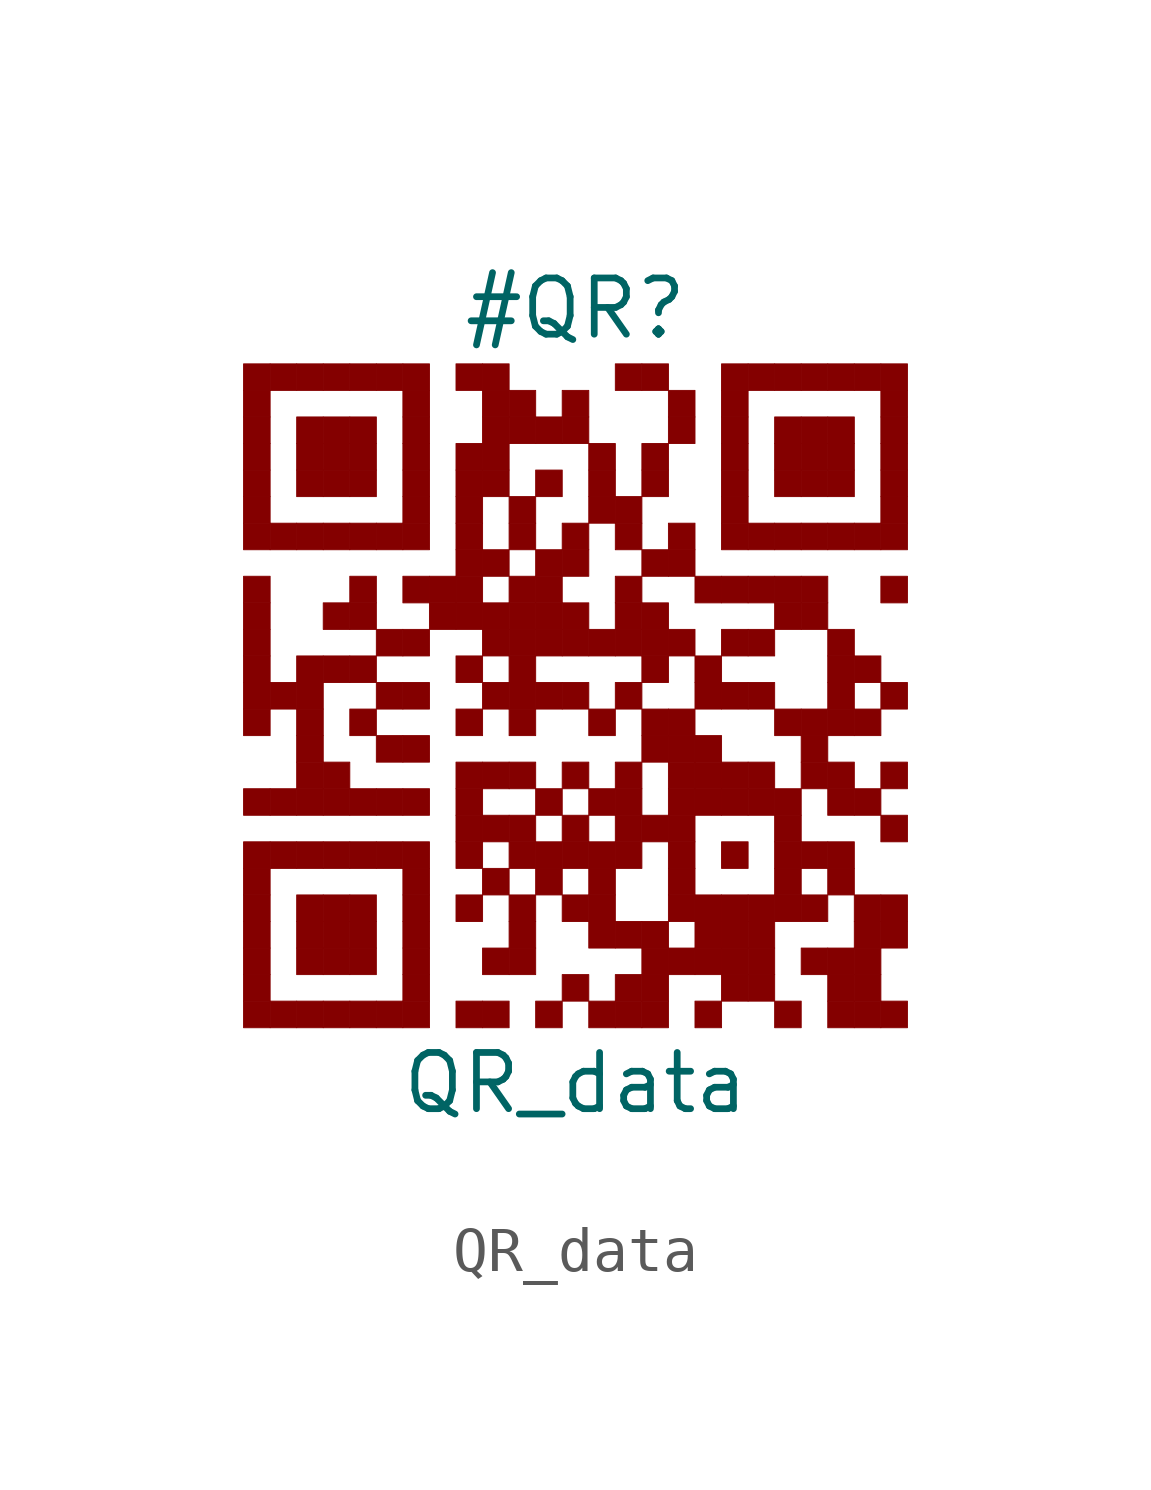
<source format=kicad_sym>
(kicad_symbol_lib
  (version 20211014)
  (generator kibot)
  (symbol "QR_data"
    (pin_numbers hide)
    (pin_names hide)
    (property "Reference" "#QR"
      (at 0 8.75 0)
      (effects (font (size 1.27 1.27))))
    (property "Value" "QR_data"
      (at 0 -8.75 0)
      (effects (font (size 1.27 1.27))))
    (rectangle
      (start -7.5 7.5)
      (end -6.9 6.9)
      (stroke (width 0.001) (type default))
      (fill (type outline)))
    (rectangle
      (start -6.9 7.5)
      (end -6.3 6.9)
      (stroke (width 0.001) (type default))
      (fill (type outline)))
    (rectangle
      (start -6.3 7.5)
      (end -5.7 6.9)
      (stroke (width 0.001) (type default))
      (fill (type outline)))
    (rectangle
      (start -5.7 7.5)
      (end -5.1 6.9)
      (stroke (width 0.001) (type default))
      (fill (type outline)))
    (rectangle
      (start -5.1 7.5)
      (end -4.5 6.9)
      (stroke (width 0.001) (type default))
      (fill (type outline)))
    (rectangle
      (start -4.5 7.5)
      (end -3.9 6.9)
      (stroke (width 0.001) (type default))
      (fill (type outline)))
    (rectangle
      (start -3.9 7.5)
      (end -3.3 6.9)
      (stroke (width 0.001) (type default))
      (fill (type outline)))
    (rectangle
      (start -2.7 7.5)
      (end -2.1 6.9)
      (stroke (width 0.001) (type default))
      (fill (type outline)))
    (rectangle
      (start -2.1 7.5)
      (end -1.5 6.9)
      (stroke (width 0.001) (type default))
      (fill (type outline)))
    (rectangle
      (start 0.9 7.5)
      (end 1.5 6.9)
      (stroke (width 0.001) (type default))
      (fill (type outline)))
    (rectangle
      (start 1.5 7.5)
      (end 2.1 6.9)
      (stroke (width 0.001) (type default))
      (fill (type outline)))
    (rectangle
      (start 3.3 7.5)
      (end 3.9 6.9)
      (stroke (width 0.001) (type default))
      (fill (type outline)))
    (rectangle
      (start 3.9 7.5)
      (end 4.5 6.9)
      (stroke (width 0.001) (type default))
      (fill (type outline)))
    (rectangle
      (start 4.5 7.5)
      (end 5.1 6.9)
      (stroke (width 0.001) (type default))
      (fill (type outline)))
    (rectangle
      (start 5.1 7.5)
      (end 5.7 6.9)
      (stroke (width 0.001) (type default))
      (fill (type outline)))
    (rectangle
      (start 5.7 7.5)
      (end 6.3 6.9)
      (stroke (width 0.001) (type default))
      (fill (type outline)))
    (rectangle
      (start 6.3 7.5)
      (end 6.9 6.9)
      (stroke (width 0.001) (type default))
      (fill (type outline)))
    (rectangle
      (start 6.9 7.5)
      (end 7.5 6.9)
      (stroke (width 0.001) (type default))
      (fill (type outline)))
    (rectangle
      (start -7.5 6.9)
      (end -6.9 6.3)
      (stroke (width 0.001) (type default))
      (fill (type outline)))
    (rectangle
      (start -3.9 6.9)
      (end -3.3 6.3)
      (stroke (width 0.001) (type default))
      (fill (type outline)))
    (rectangle
      (start -2.1 6.9)
      (end -1.5 6.3)
      (stroke (width 0.001) (type default))
      (fill (type outline)))
    (rectangle
      (start -1.5 6.9)
      (end -0.9 6.3)
      (stroke (width 0.001) (type default))
      (fill (type outline)))
    (rectangle
      (start -0.3 6.9)
      (end 0.3 6.3)
      (stroke (width 0.001) (type default))
      (fill (type outline)))
    (rectangle
      (start 2.1 6.9)
      (end 2.7 6.3)
      (stroke (width 0.001) (type default))
      (fill (type outline)))
    (rectangle
      (start 3.3 6.9)
      (end 3.9 6.3)
      (stroke (width 0.001) (type default))
      (fill (type outline)))
    (rectangle
      (start 6.9 6.9)
      (end 7.5 6.3)
      (stroke (width 0.001) (type default))
      (fill (type outline)))
    (rectangle
      (start -7.5 6.3)
      (end -6.9 5.7)
      (stroke (width 0.001) (type default))
      (fill (type outline)))
    (rectangle
      (start -6.3 6.3)
      (end -5.7 5.7)
      (stroke (width 0.001) (type default))
      (fill (type outline)))
    (rectangle
      (start -5.7 6.3)
      (end -5.1 5.7)
      (stroke (width 0.001) (type default))
      (fill (type outline)))
    (rectangle
      (start -5.1 6.3)
      (end -4.5 5.7)
      (stroke (width 0.001) (type default))
      (fill (type outline)))
    (rectangle
      (start -3.9 6.3)
      (end -3.3 5.7)
      (stroke (width 0.001) (type default))
      (fill (type outline)))
    (rectangle
      (start -2.1 6.3)
      (end -1.5 5.7)
      (stroke (width 0.001) (type default))
      (fill (type outline)))
    (rectangle
      (start -1.5 6.3)
      (end -0.9 5.7)
      (stroke (width 0.001) (type default))
      (fill (type outline)))
    (rectangle
      (start -0.9 6.3)
      (end -0.3 5.7)
      (stroke (width 0.001) (type default))
      (fill (type outline)))
    (rectangle
      (start -0.3 6.3)
      (end 0.3 5.7)
      (stroke (width 0.001) (type default))
      (fill (type outline)))
    (rectangle
      (start 2.1 6.3)
      (end 2.7 5.7)
      (stroke (width 0.001) (type default))
      (fill (type outline)))
    (rectangle
      (start 3.3 6.3)
      (end 3.9 5.7)
      (stroke (width 0.001) (type default))
      (fill (type outline)))
    (rectangle
      (start 4.5 6.3)
      (end 5.1 5.7)
      (stroke (width 0.001) (type default))
      (fill (type outline)))
    (rectangle
      (start 5.1 6.3)
      (end 5.7 5.7)
      (stroke (width 0.001) (type default))
      (fill (type outline)))
    (rectangle
      (start 5.7 6.3)
      (end 6.3 5.7)
      (stroke (width 0.001) (type default))
      (fill (type outline)))
    (rectangle
      (start 6.9 6.3)
      (end 7.5 5.7)
      (stroke (width 0.001) (type default))
      (fill (type outline)))
    (rectangle
      (start -7.5 5.7)
      (end -6.9 5.1)
      (stroke (width 0.001) (type default))
      (fill (type outline)))
    (rectangle
      (start -6.3 5.7)
      (end -5.7 5.1)
      (stroke (width 0.001) (type default))
      (fill (type outline)))
    (rectangle
      (start -5.7 5.7)
      (end -5.1 5.1)
      (stroke (width 0.001) (type default))
      (fill (type outline)))
    (rectangle
      (start -5.1 5.7)
      (end -4.5 5.1)
      (stroke (width 0.001) (type default))
      (fill (type outline)))
    (rectangle
      (start -3.9 5.7)
      (end -3.3 5.1)
      (stroke (width 0.001) (type default))
      (fill (type outline)))
    (rectangle
      (start -2.7 5.7)
      (end -2.1 5.1)
      (stroke (width 0.001) (type default))
      (fill (type outline)))
    (rectangle
      (start -2.1 5.7)
      (end -1.5 5.1)
      (stroke (width 0.001) (type default))
      (fill (type outline)))
    (rectangle
      (start 0.3 5.7)
      (end 0.9 5.1)
      (stroke (width 0.001) (type default))
      (fill (type outline)))
    (rectangle
      (start 1.5 5.7)
      (end 2.1 5.1)
      (stroke (width 0.001) (type default))
      (fill (type outline)))
    (rectangle
      (start 3.3 5.7)
      (end 3.9 5.1)
      (stroke (width 0.001) (type default))
      (fill (type outline)))
    (rectangle
      (start 4.5 5.7)
      (end 5.1 5.1)
      (stroke (width 0.001) (type default))
      (fill (type outline)))
    (rectangle
      (start 5.1 5.7)
      (end 5.7 5.1)
      (stroke (width 0.001) (type default))
      (fill (type outline)))
    (rectangle
      (start 5.7 5.7)
      (end 6.3 5.1)
      (stroke (width 0.001) (type default))
      (fill (type outline)))
    (rectangle
      (start 6.9 5.7)
      (end 7.5 5.1)
      (stroke (width 0.001) (type default))
      (fill (type outline)))
    (rectangle
      (start -7.5 5.1)
      (end -6.9 4.5)
      (stroke (width 0.001) (type default))
      (fill (type outline)))
    (rectangle
      (start -6.3 5.1)
      (end -5.7 4.5)
      (stroke (width 0.001) (type default))
      (fill (type outline)))
    (rectangle
      (start -5.7 5.1)
      (end -5.1 4.5)
      (stroke (width 0.001) (type default))
      (fill (type outline)))
    (rectangle
      (start -5.1 5.1)
      (end -4.5 4.5)
      (stroke (width 0.001) (type default))
      (fill (type outline)))
    (rectangle
      (start -3.9 5.1)
      (end -3.3 4.5)
      (stroke (width 0.001) (type default))
      (fill (type outline)))
    (rectangle
      (start -2.7 5.1)
      (end -2.1 4.5)
      (stroke (width 0.001) (type default))
      (fill (type outline)))
    (rectangle
      (start -2.1 5.1)
      (end -1.5 4.5)
      (stroke (width 0.001) (type default))
      (fill (type outline)))
    (rectangle
      (start -0.9 5.1)
      (end -0.3 4.5)
      (stroke (width 0.001) (type default))
      (fill (type outline)))
    (rectangle
      (start 0.3 5.1)
      (end 0.9 4.5)
      (stroke (width 0.001) (type default))
      (fill (type outline)))
    (rectangle
      (start 1.5 5.1)
      (end 2.1 4.5)
      (stroke (width 0.001) (type default))
      (fill (type outline)))
    (rectangle
      (start 3.3 5.1)
      (end 3.9 4.5)
      (stroke (width 0.001) (type default))
      (fill (type outline)))
    (rectangle
      (start 4.5 5.1)
      (end 5.1 4.5)
      (stroke (width 0.001) (type default))
      (fill (type outline)))
    (rectangle
      (start 5.1 5.1)
      (end 5.7 4.5)
      (stroke (width 0.001) (type default))
      (fill (type outline)))
    (rectangle
      (start 5.7 5.1)
      (end 6.3 4.5)
      (stroke (width 0.001) (type default))
      (fill (type outline)))
    (rectangle
      (start 6.9 5.1)
      (end 7.5 4.5)
      (stroke (width 0.001) (type default))
      (fill (type outline)))
    (rectangle
      (start -7.5 4.5)
      (end -6.9 3.9)
      (stroke (width 0.001) (type default))
      (fill (type outline)))
    (rectangle
      (start -3.9 4.5)
      (end -3.3 3.9)
      (stroke (width 0.001) (type default))
      (fill (type outline)))
    (rectangle
      (start -2.7 4.5)
      (end -2.1 3.9)
      (stroke (width 0.001) (type default))
      (fill (type outline)))
    (rectangle
      (start -1.5 4.5)
      (end -0.9 3.9)
      (stroke (width 0.001) (type default))
      (fill (type outline)))
    (rectangle
      (start 0.3 4.5)
      (end 0.9 3.9)
      (stroke (width 0.001) (type default))
      (fill (type outline)))
    (rectangle
      (start 0.9 4.5)
      (end 1.5 3.9)
      (stroke (width 0.001) (type default))
      (fill (type outline)))
    (rectangle
      (start 3.3 4.5)
      (end 3.9 3.9)
      (stroke (width 0.001) (type default))
      (fill (type outline)))
    (rectangle
      (start 6.9 4.5)
      (end 7.5 3.9)
      (stroke (width 0.001) (type default))
      (fill (type outline)))
    (rectangle
      (start -7.5 3.9)
      (end -6.9 3.3)
      (stroke (width 0.001) (type default))
      (fill (type outline)))
    (rectangle
      (start -6.9 3.9)
      (end -6.3 3.3)
      (stroke (width 0.001) (type default))
      (fill (type outline)))
    (rectangle
      (start -6.3 3.9)
      (end -5.7 3.3)
      (stroke (width 0.001) (type default))
      (fill (type outline)))
    (rectangle
      (start -5.7 3.9)
      (end -5.1 3.3)
      (stroke (width 0.001) (type default))
      (fill (type outline)))
    (rectangle
      (start -5.1 3.9)
      (end -4.5 3.3)
      (stroke (width 0.001) (type default))
      (fill (type outline)))
    (rectangle
      (start -4.5 3.9)
      (end -3.9 3.3)
      (stroke (width 0.001) (type default))
      (fill (type outline)))
    (rectangle
      (start -3.9 3.9)
      (end -3.3 3.3)
      (stroke (width 0.001) (type default))
      (fill (type outline)))
    (rectangle
      (start -2.7 3.9)
      (end -2.1 3.3)
      (stroke (width 0.001) (type default))
      (fill (type outline)))
    (rectangle
      (start -1.5 3.9)
      (end -0.9 3.3)
      (stroke (width 0.001) (type default))
      (fill (type outline)))
    (rectangle
      (start -0.3 3.9)
      (end 0.3 3.3)
      (stroke (width 0.001) (type default))
      (fill (type outline)))
    (rectangle
      (start 0.9 3.9)
      (end 1.5 3.3)
      (stroke (width 0.001) (type default))
      (fill (type outline)))
    (rectangle
      (start 2.1 3.9)
      (end 2.7 3.3)
      (stroke (width 0.001) (type default))
      (fill (type outline)))
    (rectangle
      (start 3.3 3.9)
      (end 3.9 3.3)
      (stroke (width 0.001) (type default))
      (fill (type outline)))
    (rectangle
      (start 3.9 3.9)
      (end 4.5 3.3)
      (stroke (width 0.001) (type default))
      (fill (type outline)))
    (rectangle
      (start 4.5 3.9)
      (end 5.1 3.3)
      (stroke (width 0.001) (type default))
      (fill (type outline)))
    (rectangle
      (start 5.1 3.9)
      (end 5.7 3.3)
      (stroke (width 0.001) (type default))
      (fill (type outline)))
    (rectangle
      (start 5.7 3.9)
      (end 6.3 3.3)
      (stroke (width 0.001) (type default))
      (fill (type outline)))
    (rectangle
      (start 6.3 3.9)
      (end 6.9 3.3)
      (stroke (width 0.001) (type default))
      (fill (type outline)))
    (rectangle
      (start 6.9 3.9)
      (end 7.5 3.3)
      (stroke (width 0.001) (type default))
      (fill (type outline)))
    (rectangle
      (start -2.7 3.3)
      (end -2.1 2.7)
      (stroke (width 0.001) (type default))
      (fill (type outline)))
    (rectangle
      (start -2.1 3.3)
      (end -1.5 2.7)
      (stroke (width 0.001) (type default))
      (fill (type outline)))
    (rectangle
      (start -0.9 3.3)
      (end -0.3 2.7)
      (stroke (width 0.001) (type default))
      (fill (type outline)))
    (rectangle
      (start -0.3 3.3)
      (end 0.3 2.7)
      (stroke (width 0.001) (type default))
      (fill (type outline)))
    (rectangle
      (start 1.5 3.3)
      (end 2.1 2.7)
      (stroke (width 0.001) (type default))
      (fill (type outline)))
    (rectangle
      (start 2.1 3.3)
      (end 2.7 2.7)
      (stroke (width 0.001) (type default))
      (fill (type outline)))
    (rectangle
      (start -7.5 2.7)
      (end -6.9 2.1)
      (stroke (width 0.001) (type default))
      (fill (type outline)))
    (rectangle
      (start -5.1 2.7)
      (end -4.5 2.1)
      (stroke (width 0.001) (type default))
      (fill (type outline)))
    (rectangle
      (start -3.9 2.7)
      (end -3.3 2.1)
      (stroke (width 0.001) (type default))
      (fill (type outline)))
    (rectangle
      (start -3.3 2.7)
      (end -2.7 2.1)
      (stroke (width 0.001) (type default))
      (fill (type outline)))
    (rectangle
      (start -2.7 2.7)
      (end -2.1 2.1)
      (stroke (width 0.001) (type default))
      (fill (type outline)))
    (rectangle
      (start -1.5 2.7)
      (end -0.9 2.1)
      (stroke (width 0.001) (type default))
      (fill (type outline)))
    (rectangle
      (start -0.9 2.7)
      (end -0.3 2.1)
      (stroke (width 0.001) (type default))
      (fill (type outline)))
    (rectangle
      (start 0.9 2.7)
      (end 1.5 2.1)
      (stroke (width 0.001) (type default))
      (fill (type outline)))
    (rectangle
      (start 2.7 2.7)
      (end 3.3 2.1)
      (stroke (width 0.001) (type default))
      (fill (type outline)))
    (rectangle
      (start 3.3 2.7)
      (end 3.9 2.1)
      (stroke (width 0.001) (type default))
      (fill (type outline)))
    (rectangle
      (start 3.9 2.7)
      (end 4.5 2.1)
      (stroke (width 0.001) (type default))
      (fill (type outline)))
    (rectangle
      (start 4.5 2.7)
      (end 5.1 2.1)
      (stroke (width 0.001) (type default))
      (fill (type outline)))
    (rectangle
      (start 5.1 2.7)
      (end 5.7 2.1)
      (stroke (width 0.001) (type default))
      (fill (type outline)))
    (rectangle
      (start 6.9 2.7)
      (end 7.5 2.1)
      (stroke (width 0.001) (type default))
      (fill (type outline)))
    (rectangle
      (start -7.5 2.1)
      (end -6.9 1.5)
      (stroke (width 0.001) (type default))
      (fill (type outline)))
    (rectangle
      (start -5.7 2.1)
      (end -5.1 1.5)
      (stroke (width 0.001) (type default))
      (fill (type outline)))
    (rectangle
      (start -5.1 2.1)
      (end -4.5 1.5)
      (stroke (width 0.001) (type default))
      (fill (type outline)))
    (rectangle
      (start -3.3 2.1)
      (end -2.7 1.5)
      (stroke (width 0.001) (type default))
      (fill (type outline)))
    (rectangle
      (start -2.7 2.1)
      (end -2.1 1.5)
      (stroke (width 0.001) (type default))
      (fill (type outline)))
    (rectangle
      (start -2.1 2.1)
      (end -1.5 1.5)
      (stroke (width 0.001) (type default))
      (fill (type outline)))
    (rectangle
      (start -1.5 2.1)
      (end -0.9 1.5)
      (stroke (width 0.001) (type default))
      (fill (type outline)))
    (rectangle
      (start -0.9 2.1)
      (end -0.3 1.5)
      (stroke (width 0.001) (type default))
      (fill (type outline)))
    (rectangle
      (start -0.3 2.1)
      (end 0.3 1.5)
      (stroke (width 0.001) (type default))
      (fill (type outline)))
    (rectangle
      (start 0.9 2.1)
      (end 1.5 1.5)
      (stroke (width 0.001) (type default))
      (fill (type outline)))
    (rectangle
      (start 1.5 2.1)
      (end 2.1 1.5)
      (stroke (width 0.001) (type default))
      (fill (type outline)))
    (rectangle
      (start 4.5 2.1)
      (end 5.1 1.5)
      (stroke (width 0.001) (type default))
      (fill (type outline)))
    (rectangle
      (start 5.1 2.1)
      (end 5.7 1.5)
      (stroke (width 0.001) (type default))
      (fill (type outline)))
    (rectangle
      (start -7.5 1.5)
      (end -6.9 0.9)
      (stroke (width 0.001) (type default))
      (fill (type outline)))
    (rectangle
      (start -4.5 1.5)
      (end -3.9 0.9)
      (stroke (width 0.001) (type default))
      (fill (type outline)))
    (rectangle
      (start -3.9 1.5)
      (end -3.3 0.9)
      (stroke (width 0.001) (type default))
      (fill (type outline)))
    (rectangle
      (start -2.1 1.5)
      (end -1.5 0.9)
      (stroke (width 0.001) (type default))
      (fill (type outline)))
    (rectangle
      (start -1.5 1.5)
      (end -0.9 0.9)
      (stroke (width 0.001) (type default))
      (fill (type outline)))
    (rectangle
      (start -0.9 1.5)
      (end -0.3 0.9)
      (stroke (width 0.001) (type default))
      (fill (type outline)))
    (rectangle
      (start -0.3 1.5)
      (end 0.3 0.9)
      (stroke (width 0.001) (type default))
      (fill (type outline)))
    (rectangle
      (start 0.3 1.5)
      (end 0.9 0.9)
      (stroke (width 0.001) (type default))
      (fill (type outline)))
    (rectangle
      (start 0.9 1.5)
      (end 1.5 0.9)
      (stroke (width 0.001) (type default))
      (fill (type outline)))
    (rectangle
      (start 1.5 1.5)
      (end 2.1 0.9)
      (stroke (width 0.001) (type default))
      (fill (type outline)))
    (rectangle
      (start 2.1 1.5)
      (end 2.7 0.9)
      (stroke (width 0.001) (type default))
      (fill (type outline)))
    (rectangle
      (start 3.3 1.5)
      (end 3.9 0.9)
      (stroke (width 0.001) (type default))
      (fill (type outline)))
    (rectangle
      (start 3.9 1.5)
      (end 4.5 0.9)
      (stroke (width 0.001) (type default))
      (fill (type outline)))
    (rectangle
      (start 5.7 1.5)
      (end 6.3 0.9)
      (stroke (width 0.001) (type default))
      (fill (type outline)))
    (rectangle
      (start -7.5 0.9)
      (end -6.9 0.3)
      (stroke (width 0.001) (type default))
      (fill (type outline)))
    (rectangle
      (start -6.3 0.9)
      (end -5.7 0.3)
      (stroke (width 0.001) (type default))
      (fill (type outline)))
    (rectangle
      (start -5.7 0.9)
      (end -5.1 0.3)
      (stroke (width 0.001) (type default))
      (fill (type outline)))
    (rectangle
      (start -5.1 0.9)
      (end -4.5 0.3)
      (stroke (width 0.001) (type default))
      (fill (type outline)))
    (rectangle
      (start -2.7 0.9)
      (end -2.1 0.3)
      (stroke (width 0.001) (type default))
      (fill (type outline)))
    (rectangle
      (start -1.5 0.9)
      (end -0.9 0.3)
      (stroke (width 0.001) (type default))
      (fill (type outline)))
    (rectangle
      (start 1.5 0.9)
      (end 2.1 0.3)
      (stroke (width 0.001) (type default))
      (fill (type outline)))
    (rectangle
      (start 2.7 0.9)
      (end 3.3 0.3)
      (stroke (width 0.001) (type default))
      (fill (type outline)))
    (rectangle
      (start 5.7 0.9)
      (end 6.3 0.3)
      (stroke (width 0.001) (type default))
      (fill (type outline)))
    (rectangle
      (start 6.3 0.9)
      (end 6.9 0.3)
      (stroke (width 0.001) (type default))
      (fill (type outline)))
    (rectangle
      (start -7.5 0.3)
      (end -6.9 -0.3)
      (stroke (width 0.001) (type default))
      (fill (type outline)))
    (rectangle
      (start -6.9 0.3)
      (end -6.3 -0.3)
      (stroke (width 0.001) (type default))
      (fill (type outline)))
    (rectangle
      (start -6.3 0.3)
      (end -5.7 -0.3)
      (stroke (width 0.001) (type default))
      (fill (type outline)))
    (rectangle
      (start -4.5 0.3)
      (end -3.9 -0.3)
      (stroke (width 0.001) (type default))
      (fill (type outline)))
    (rectangle
      (start -3.9 0.3)
      (end -3.3 -0.3)
      (stroke (width 0.001) (type default))
      (fill (type outline)))
    (rectangle
      (start -2.1 0.3)
      (end -1.5 -0.3)
      (stroke (width 0.001) (type default))
      (fill (type outline)))
    (rectangle
      (start -1.5 0.3)
      (end -0.9 -0.3)
      (stroke (width 0.001) (type default))
      (fill (type outline)))
    (rectangle
      (start -0.9 0.3)
      (end -0.3 -0.3)
      (stroke (width 0.001) (type default))
      (fill (type outline)))
    (rectangle
      (start -0.3 0.3)
      (end 0.3 -0.3)
      (stroke (width 0.001) (type default))
      (fill (type outline)))
    (rectangle
      (start 0.9 0.3)
      (end 1.5 -0.3)
      (stroke (width 0.001) (type default))
      (fill (type outline)))
    (rectangle
      (start 2.7 0.3)
      (end 3.3 -0.3)
      (stroke (width 0.001) (type default))
      (fill (type outline)))
    (rectangle
      (start 3.3 0.3)
      (end 3.9 -0.3)
      (stroke (width 0.001) (type default))
      (fill (type outline)))
    (rectangle
      (start 3.9 0.3)
      (end 4.5 -0.3)
      (stroke (width 0.001) (type default))
      (fill (type outline)))
    (rectangle
      (start 5.7 0.3)
      (end 6.3 -0.3)
      (stroke (width 0.001) (type default))
      (fill (type outline)))
    (rectangle
      (start 6.9 0.3)
      (end 7.5 -0.3)
      (stroke (width 0.001) (type default))
      (fill (type outline)))
    (rectangle
      (start -7.5 -0.3)
      (end -6.9 -0.9)
      (stroke (width 0.001) (type default))
      (fill (type outline)))
    (rectangle
      (start -6.3 -0.3)
      (end -5.7 -0.9)
      (stroke (width 0.001) (type default))
      (fill (type outline)))
    (rectangle
      (start -5.1 -0.3)
      (end -4.5 -0.9)
      (stroke (width 0.001) (type default))
      (fill (type outline)))
    (rectangle
      (start -2.7 -0.3)
      (end -2.1 -0.9)
      (stroke (width 0.001) (type default))
      (fill (type outline)))
    (rectangle
      (start -1.5 -0.3)
      (end -0.9 -0.9)
      (stroke (width 0.001) (type default))
      (fill (type outline)))
    (rectangle
      (start 0.3 -0.3)
      (end 0.9 -0.9)
      (stroke (width 0.001) (type default))
      (fill (type outline)))
    (rectangle
      (start 1.5 -0.3)
      (end 2.1 -0.9)
      (stroke (width 0.001) (type default))
      (fill (type outline)))
    (rectangle
      (start 2.1 -0.3)
      (end 2.7 -0.9)
      (stroke (width 0.001) (type default))
      (fill (type outline)))
    (rectangle
      (start 4.5 -0.3)
      (end 5.1 -0.9)
      (stroke (width 0.001) (type default))
      (fill (type outline)))
    (rectangle
      (start 5.1 -0.3)
      (end 5.7 -0.9)
      (stroke (width 0.001) (type default))
      (fill (type outline)))
    (rectangle
      (start 5.7 -0.3)
      (end 6.3 -0.9)
      (stroke (width 0.001) (type default))
      (fill (type outline)))
    (rectangle
      (start 6.3 -0.3)
      (end 6.9 -0.9)
      (stroke (width 0.001) (type default))
      (fill (type outline)))
    (rectangle
      (start -6.3 -0.9)
      (end -5.7 -1.5)
      (stroke (width 0.001) (type default))
      (fill (type outline)))
    (rectangle
      (start -4.5 -0.9)
      (end -3.9 -1.5)
      (stroke (width 0.001) (type default))
      (fill (type outline)))
    (rectangle
      (start -3.9 -0.9)
      (end -3.3 -1.5)
      (stroke (width 0.001) (type default))
      (fill (type outline)))
    (rectangle
      (start 1.5 -0.9)
      (end 2.1 -1.5)
      (stroke (width 0.001) (type default))
      (fill (type outline)))
    (rectangle
      (start 2.1 -0.9)
      (end 2.7 -1.5)
      (stroke (width 0.001) (type default))
      (fill (type outline)))
    (rectangle
      (start 2.7 -0.9)
      (end 3.3 -1.5)
      (stroke (width 0.001) (type default))
      (fill (type outline)))
    (rectangle
      (start 5.1 -0.9)
      (end 5.7 -1.5)
      (stroke (width 0.001) (type default))
      (fill (type outline)))
    (rectangle
      (start -6.3 -1.5)
      (end -5.7 -2.1)
      (stroke (width 0.001) (type default))
      (fill (type outline)))
    (rectangle
      (start -5.7 -1.5)
      (end -5.1 -2.1)
      (stroke (width 0.001) (type default))
      (fill (type outline)))
    (rectangle
      (start -2.7 -1.5)
      (end -2.1 -2.1)
      (stroke (width 0.001) (type default))
      (fill (type outline)))
    (rectangle
      (start -2.1 -1.5)
      (end -1.5 -2.1)
      (stroke (width 0.001) (type default))
      (fill (type outline)))
    (rectangle
      (start -1.5 -1.5)
      (end -0.9 -2.1)
      (stroke (width 0.001) (type default))
      (fill (type outline)))
    (rectangle
      (start -0.3 -1.5)
      (end 0.3 -2.1)
      (stroke (width 0.001) (type default))
      (fill (type outline)))
    (rectangle
      (start 0.9 -1.5)
      (end 1.5 -2.1)
      (stroke (width 0.001) (type default))
      (fill (type outline)))
    (rectangle
      (start 2.1 -1.5)
      (end 2.7 -2.1)
      (stroke (width 0.001) (type default))
      (fill (type outline)))
    (rectangle
      (start 2.7 -1.5)
      (end 3.3 -2.1)
      (stroke (width 0.001) (type default))
      (fill (type outline)))
    (rectangle
      (start 3.3 -1.5)
      (end 3.9 -2.1)
      (stroke (width 0.001) (type default))
      (fill (type outline)))
    (rectangle
      (start 3.9 -1.5)
      (end 4.5 -2.1)
      (stroke (width 0.001) (type default))
      (fill (type outline)))
    (rectangle
      (start 5.1 -1.5)
      (end 5.7 -2.1)
      (stroke (width 0.001) (type default))
      (fill (type outline)))
    (rectangle
      (start 5.7 -1.5)
      (end 6.3 -2.1)
      (stroke (width 0.001) (type default))
      (fill (type outline)))
    (rectangle
      (start 6.9 -1.5)
      (end 7.5 -2.1)
      (stroke (width 0.001) (type default))
      (fill (type outline)))
    (rectangle
      (start -7.5 -2.1)
      (end -6.9 -2.7)
      (stroke (width 0.001) (type default))
      (fill (type outline)))
    (rectangle
      (start -6.9 -2.1)
      (end -6.3 -2.7)
      (stroke (width 0.001) (type default))
      (fill (type outline)))
    (rectangle
      (start -6.3 -2.1)
      (end -5.7 -2.7)
      (stroke (width 0.001) (type default))
      (fill (type outline)))
    (rectangle
      (start -5.7 -2.1)
      (end -5.1 -2.7)
      (stroke (width 0.001) (type default))
      (fill (type outline)))
    (rectangle
      (start -5.1 -2.1)
      (end -4.5 -2.7)
      (stroke (width 0.001) (type default))
      (fill (type outline)))
    (rectangle
      (start -4.5 -2.1)
      (end -3.9 -2.7)
      (stroke (width 0.001) (type default))
      (fill (type outline)))
    (rectangle
      (start -3.9 -2.1)
      (end -3.3 -2.7)
      (stroke (width 0.001) (type default))
      (fill (type outline)))
    (rectangle
      (start -2.7 -2.1)
      (end -2.1 -2.7)
      (stroke (width 0.001) (type default))
      (fill (type outline)))
    (rectangle
      (start -0.9 -2.1)
      (end -0.3 -2.7)
      (stroke (width 0.001) (type default))
      (fill (type outline)))
    (rectangle
      (start 0.3 -2.1)
      (end 0.9 -2.7)
      (stroke (width 0.001) (type default))
      (fill (type outline)))
    (rectangle
      (start 0.9 -2.1)
      (end 1.5 -2.7)
      (stroke (width 0.001) (type default))
      (fill (type outline)))
    (rectangle
      (start 2.1 -2.1)
      (end 2.7 -2.7)
      (stroke (width 0.001) (type default))
      (fill (type outline)))
    (rectangle
      (start 2.7 -2.1)
      (end 3.3 -2.7)
      (stroke (width 0.001) (type default))
      (fill (type outline)))
    (rectangle
      (start 3.3 -2.1)
      (end 3.9 -2.7)
      (stroke (width 0.001) (type default))
      (fill (type outline)))
    (rectangle
      (start 3.9 -2.1)
      (end 4.5 -2.7)
      (stroke (width 0.001) (type default))
      (fill (type outline)))
    (rectangle
      (start 4.5 -2.1)
      (end 5.1 -2.7)
      (stroke (width 0.001) (type default))
      (fill (type outline)))
    (rectangle
      (start 5.7 -2.1)
      (end 6.3 -2.7)
      (stroke (width 0.001) (type default))
      (fill (type outline)))
    (rectangle
      (start 6.3 -2.1)
      (end 6.9 -2.7)
      (stroke (width 0.001) (type default))
      (fill (type outline)))
    (rectangle
      (start -2.7 -2.7)
      (end -2.1 -3.3)
      (stroke (width 0.001) (type default))
      (fill (type outline)))
    (rectangle
      (start -2.1 -2.7)
      (end -1.5 -3.3)
      (stroke (width 0.001) (type default))
      (fill (type outline)))
    (rectangle
      (start -1.5 -2.7)
      (end -0.9 -3.3)
      (stroke (width 0.001) (type default))
      (fill (type outline)))
    (rectangle
      (start -0.3 -2.7)
      (end 0.3 -3.3)
      (stroke (width 0.001) (type default))
      (fill (type outline)))
    (rectangle
      (start 0.9 -2.7)
      (end 1.5 -3.3)
      (stroke (width 0.001) (type default))
      (fill (type outline)))
    (rectangle
      (start 1.5 -2.7)
      (end 2.1 -3.3)
      (stroke (width 0.001) (type default))
      (fill (type outline)))
    (rectangle
      (start 2.1 -2.7)
      (end 2.7 -3.3)
      (stroke (width 0.001) (type default))
      (fill (type outline)))
    (rectangle
      (start 4.5 -2.7)
      (end 5.1 -3.3)
      (stroke (width 0.001) (type default))
      (fill (type outline)))
    (rectangle
      (start 6.9 -2.7)
      (end 7.5 -3.3)
      (stroke (width 0.001) (type default))
      (fill (type outline)))
    (rectangle
      (start -7.5 -3.3)
      (end -6.9 -3.9)
      (stroke (width 0.001) (type default))
      (fill (type outline)))
    (rectangle
      (start -6.9 -3.3)
      (end -6.3 -3.9)
      (stroke (width 0.001) (type default))
      (fill (type outline)))
    (rectangle
      (start -6.3 -3.3)
      (end -5.7 -3.9)
      (stroke (width 0.001) (type default))
      (fill (type outline)))
    (rectangle
      (start -5.7 -3.3)
      (end -5.1 -3.9)
      (stroke (width 0.001) (type default))
      (fill (type outline)))
    (rectangle
      (start -5.1 -3.3)
      (end -4.5 -3.9)
      (stroke (width 0.001) (type default))
      (fill (type outline)))
    (rectangle
      (start -4.5 -3.3)
      (end -3.9 -3.9)
      (stroke (width 0.001) (type default))
      (fill (type outline)))
    (rectangle
      (start -3.9 -3.3)
      (end -3.3 -3.9)
      (stroke (width 0.001) (type default))
      (fill (type outline)))
    (rectangle
      (start -2.7 -3.3)
      (end -2.1 -3.9)
      (stroke (width 0.001) (type default))
      (fill (type outline)))
    (rectangle
      (start -1.5 -3.3)
      (end -0.9 -3.9)
      (stroke (width 0.001) (type default))
      (fill (type outline)))
    (rectangle
      (start -0.9 -3.3)
      (end -0.3 -3.9)
      (stroke (width 0.001) (type default))
      (fill (type outline)))
    (rectangle
      (start -0.3 -3.3)
      (end 0.3 -3.9)
      (stroke (width 0.001) (type default))
      (fill (type outline)))
    (rectangle
      (start 0.3 -3.3)
      (end 0.9 -3.9)
      (stroke (width 0.001) (type default))
      (fill (type outline)))
    (rectangle
      (start 0.9 -3.3)
      (end 1.5 -3.9)
      (stroke (width 0.001) (type default))
      (fill (type outline)))
    (rectangle
      (start 2.1 -3.3)
      (end 2.7 -3.9)
      (stroke (width 0.001) (type default))
      (fill (type outline)))
    (rectangle
      (start 3.3 -3.3)
      (end 3.9 -3.9)
      (stroke (width 0.001) (type default))
      (fill (type outline)))
    (rectangle
      (start 4.5 -3.3)
      (end 5.1 -3.9)
      (stroke (width 0.001) (type default))
      (fill (type outline)))
    (rectangle
      (start 5.1 -3.3)
      (end 5.7 -3.9)
      (stroke (width 0.001) (type default))
      (fill (type outline)))
    (rectangle
      (start 5.7 -3.3)
      (end 6.3 -3.9)
      (stroke (width 0.001) (type default))
      (fill (type outline)))
    (rectangle
      (start -7.5 -3.9)
      (end -6.9 -4.5)
      (stroke (width 0.001) (type default))
      (fill (type outline)))
    (rectangle
      (start -3.9 -3.9)
      (end -3.3 -4.5)
      (stroke (width 0.001) (type default))
      (fill (type outline)))
    (rectangle
      (start -2.1 -3.9)
      (end -1.5 -4.5)
      (stroke (width 0.001) (type default))
      (fill (type outline)))
    (rectangle
      (start -0.9 -3.9)
      (end -0.3 -4.5)
      (stroke (width 0.001) (type default))
      (fill (type outline)))
    (rectangle
      (start 0.3 -3.9)
      (end 0.9 -4.5)
      (stroke (width 0.001) (type default))
      (fill (type outline)))
    (rectangle
      (start 2.1 -3.9)
      (end 2.7 -4.5)
      (stroke (width 0.001) (type default))
      (fill (type outline)))
    (rectangle
      (start 4.5 -3.9)
      (end 5.1 -4.5)
      (stroke (width 0.001) (type default))
      (fill (type outline)))
    (rectangle
      (start 5.7 -3.9)
      (end 6.3 -4.5)
      (stroke (width 0.001) (type default))
      (fill (type outline)))
    (rectangle
      (start -7.5 -4.5)
      (end -6.9 -5.1)
      (stroke (width 0.001) (type default))
      (fill (type outline)))
    (rectangle
      (start -6.3 -4.5)
      (end -5.7 -5.1)
      (stroke (width 0.001) (type default))
      (fill (type outline)))
    (rectangle
      (start -5.7 -4.5)
      (end -5.1 -5.1)
      (stroke (width 0.001) (type default))
      (fill (type outline)))
    (rectangle
      (start -5.1 -4.5)
      (end -4.5 -5.1)
      (stroke (width 0.001) (type default))
      (fill (type outline)))
    (rectangle
      (start -3.9 -4.5)
      (end -3.3 -5.1)
      (stroke (width 0.001) (type default))
      (fill (type outline)))
    (rectangle
      (start -2.7 -4.5)
      (end -2.1 -5.1)
      (stroke (width 0.001) (type default))
      (fill (type outline)))
    (rectangle
      (start -1.5 -4.5)
      (end -0.9 -5.1)
      (stroke (width 0.001) (type default))
      (fill (type outline)))
    (rectangle
      (start -0.3 -4.5)
      (end 0.3 -5.1)
      (stroke (width 0.001) (type default))
      (fill (type outline)))
    (rectangle
      (start 0.3 -4.5)
      (end 0.9 -5.1)
      (stroke (width 0.001) (type default))
      (fill (type outline)))
    (rectangle
      (start 2.1 -4.5)
      (end 2.7 -5.1)
      (stroke (width 0.001) (type default))
      (fill (type outline)))
    (rectangle
      (start 2.7 -4.5)
      (end 3.3 -5.1)
      (stroke (width 0.001) (type default))
      (fill (type outline)))
    (rectangle
      (start 3.3 -4.5)
      (end 3.9 -5.1)
      (stroke (width 0.001) (type default))
      (fill (type outline)))
    (rectangle
      (start 3.9 -4.5)
      (end 4.5 -5.1)
      (stroke (width 0.001) (type default))
      (fill (type outline)))
    (rectangle
      (start 4.5 -4.5)
      (end 5.1 -5.1)
      (stroke (width 0.001) (type default))
      (fill (type outline)))
    (rectangle
      (start 5.1 -4.5)
      (end 5.7 -5.1)
      (stroke (width 0.001) (type default))
      (fill (type outline)))
    (rectangle
      (start 6.3 -4.5)
      (end 6.9 -5.1)
      (stroke (width 0.001) (type default))
      (fill (type outline)))
    (rectangle
      (start 6.9 -4.5)
      (end 7.5 -5.1)
      (stroke (width 0.001) (type default))
      (fill (type outline)))
    (rectangle
      (start -7.5 -5.1)
      (end -6.9 -5.7)
      (stroke (width 0.001) (type default))
      (fill (type outline)))
    (rectangle
      (start -6.3 -5.1)
      (end -5.7 -5.7)
      (stroke (width 0.001) (type default))
      (fill (type outline)))
    (rectangle
      (start -5.7 -5.1)
      (end -5.1 -5.7)
      (stroke (width 0.001) (type default))
      (fill (type outline)))
    (rectangle
      (start -5.1 -5.1)
      (end -4.5 -5.7)
      (stroke (width 0.001) (type default))
      (fill (type outline)))
    (rectangle
      (start -3.9 -5.1)
      (end -3.3 -5.7)
      (stroke (width 0.001) (type default))
      (fill (type outline)))
    (rectangle
      (start -1.5 -5.1)
      (end -0.9 -5.7)
      (stroke (width 0.001) (type default))
      (fill (type outline)))
    (rectangle
      (start 0.3 -5.1)
      (end 0.9 -5.7)
      (stroke (width 0.001) (type default))
      (fill (type outline)))
    (rectangle
      (start 0.9 -5.1)
      (end 1.5 -5.7)
      (stroke (width 0.001) (type default))
      (fill (type outline)))
    (rectangle
      (start 1.5 -5.1)
      (end 2.1 -5.7)
      (stroke (width 0.001) (type default))
      (fill (type outline)))
    (rectangle
      (start 2.7 -5.1)
      (end 3.3 -5.7)
      (stroke (width 0.001) (type default))
      (fill (type outline)))
    (rectangle
      (start 3.3 -5.1)
      (end 3.9 -5.7)
      (stroke (width 0.001) (type default))
      (fill (type outline)))
    (rectangle
      (start 3.9 -5.1)
      (end 4.5 -5.7)
      (stroke (width 0.001) (type default))
      (fill (type outline)))
    (rectangle
      (start 6.3 -5.1)
      (end 6.9 -5.7)
      (stroke (width 0.001) (type default))
      (fill (type outline)))
    (rectangle
      (start 6.9 -5.1)
      (end 7.5 -5.7)
      (stroke (width 0.001) (type default))
      (fill (type outline)))
    (rectangle
      (start -7.5 -5.7)
      (end -6.9 -6.3)
      (stroke (width 0.001) (type default))
      (fill (type outline)))
    (rectangle
      (start -6.3 -5.7)
      (end -5.7 -6.3)
      (stroke (width 0.001) (type default))
      (fill (type outline)))
    (rectangle
      (start -5.7 -5.7)
      (end -5.1 -6.3)
      (stroke (width 0.001) (type default))
      (fill (type outline)))
    (rectangle
      (start -5.1 -5.7)
      (end -4.5 -6.3)
      (stroke (width 0.001) (type default))
      (fill (type outline)))
    (rectangle
      (start -3.9 -5.7)
      (end -3.3 -6.3)
      (stroke (width 0.001) (type default))
      (fill (type outline)))
    (rectangle
      (start -2.1 -5.7)
      (end -1.5 -6.3)
      (stroke (width 0.001) (type default))
      (fill (type outline)))
    (rectangle
      (start -1.5 -5.7)
      (end -0.9 -6.3)
      (stroke (width 0.001) (type default))
      (fill (type outline)))
    (rectangle
      (start 1.5 -5.7)
      (end 2.1 -6.3)
      (stroke (width 0.001) (type default))
      (fill (type outline)))
    (rectangle
      (start 2.1 -5.7)
      (end 2.7 -6.3)
      (stroke (width 0.001) (type default))
      (fill (type outline)))
    (rectangle
      (start 2.7 -5.7)
      (end 3.3 -6.3)
      (stroke (width 0.001) (type default))
      (fill (type outline)))
    (rectangle
      (start 3.3 -5.7)
      (end 3.9 -6.3)
      (stroke (width 0.001) (type default))
      (fill (type outline)))
    (rectangle
      (start 3.9 -5.7)
      (end 4.5 -6.3)
      (stroke (width 0.001) (type default))
      (fill (type outline)))
    (rectangle
      (start 5.1 -5.7)
      (end 5.7 -6.3)
      (stroke (width 0.001) (type default))
      (fill (type outline)))
    (rectangle
      (start 5.7 -5.7)
      (end 6.3 -6.3)
      (stroke (width 0.001) (type default))
      (fill (type outline)))
    (rectangle
      (start 6.3 -5.7)
      (end 6.9 -6.3)
      (stroke (width 0.001) (type default))
      (fill (type outline)))
    (rectangle
      (start -7.5 -6.3)
      (end -6.9 -6.9)
      (stroke (width 0.001) (type default))
      (fill (type outline)))
    (rectangle
      (start -3.9 -6.3)
      (end -3.3 -6.9)
      (stroke (width 0.001) (type default))
      (fill (type outline)))
    (rectangle
      (start -0.3 -6.3)
      (end 0.3 -6.9)
      (stroke (width 0.001) (type default))
      (fill (type outline)))
    (rectangle
      (start 0.9 -6.3)
      (end 1.5 -6.9)
      (stroke (width 0.001) (type default))
      (fill (type outline)))
    (rectangle
      (start 1.5 -6.3)
      (end 2.1 -6.9)
      (stroke (width 0.001) (type default))
      (fill (type outline)))
    (rectangle
      (start 3.3 -6.3)
      (end 3.9 -6.9)
      (stroke (width 0.001) (type default))
      (fill (type outline)))
    (rectangle
      (start 3.9 -6.3)
      (end 4.5 -6.9)
      (stroke (width 0.001) (type default))
      (fill (type outline)))
    (rectangle
      (start 5.7 -6.3)
      (end 6.3 -6.9)
      (stroke (width 0.001) (type default))
      (fill (type outline)))
    (rectangle
      (start 6.3 -6.3)
      (end 6.9 -6.9)
      (stroke (width 0.001) (type default))
      (fill (type outline)))
    (rectangle
      (start -7.5 -6.9)
      (end -6.9 -7.5)
      (stroke (width 0.001) (type default))
      (fill (type outline)))
    (rectangle
      (start -6.9 -6.9)
      (end -6.3 -7.5)
      (stroke (width 0.001) (type default))
      (fill (type outline)))
    (rectangle
      (start -6.3 -6.9)
      (end -5.7 -7.5)
      (stroke (width 0.001) (type default))
      (fill (type outline)))
    (rectangle
      (start -5.7 -6.9)
      (end -5.1 -7.5)
      (stroke (width 0.001) (type default))
      (fill (type outline)))
    (rectangle
      (start -5.1 -6.9)
      (end -4.5 -7.5)
      (stroke (width 0.001) (type default))
      (fill (type outline)))
    (rectangle
      (start -4.5 -6.9)
      (end -3.9 -7.5)
      (stroke (width 0.001) (type default))
      (fill (type outline)))
    (rectangle
      (start -3.9 -6.9)
      (end -3.3 -7.5)
      (stroke (width 0.001) (type default))
      (fill (type outline)))
    (rectangle
      (start -2.7 -6.9)
      (end -2.1 -7.5)
      (stroke (width 0.001) (type default))
      (fill (type outline)))
    (rectangle
      (start -2.1 -6.9)
      (end -1.5 -7.5)
      (stroke (width 0.001) (type default))
      (fill (type outline)))
    (rectangle
      (start -0.9 -6.9)
      (end -0.3 -7.5)
      (stroke (width 0.001) (type default))
      (fill (type outline)))
    (rectangle
      (start 0.3 -6.9)
      (end 0.9 -7.5)
      (stroke (width 0.001) (type default))
      (fill (type outline)))
    (rectangle
      (start 0.9 -6.9)
      (end 1.5 -7.5)
      (stroke (width 0.001) (type default))
      (fill (type outline)))
    (rectangle
      (start 1.5 -6.9)
      (end 2.1 -7.5)
      (stroke (width 0.001) (type default))
      (fill (type outline)))
    (rectangle
      (start 2.7 -6.9)
      (end 3.3 -7.5)
      (stroke (width 0.001) (type default))
      (fill (type outline)))
    (rectangle
      (start 4.5 -6.9)
      (end 5.1 -7.5)
      (stroke (width 0.001) (type default))
      (fill (type outline)))
    (rectangle
      (start 5.7 -6.9)
      (end 6.3 -7.5)
      (stroke (width 0.001) (type default))
      (fill (type outline)))
    (rectangle
      (start 6.3 -6.9)
      (end 6.9 -7.5)
      (stroke (width 0.001) (type default))
      (fill (type outline)))
    (rectangle
      (start 6.9 -6.9)
      (end 7.5 -7.5)
      (stroke (width 0.001) (type default))
      (fill (type outline)))))
</source>
